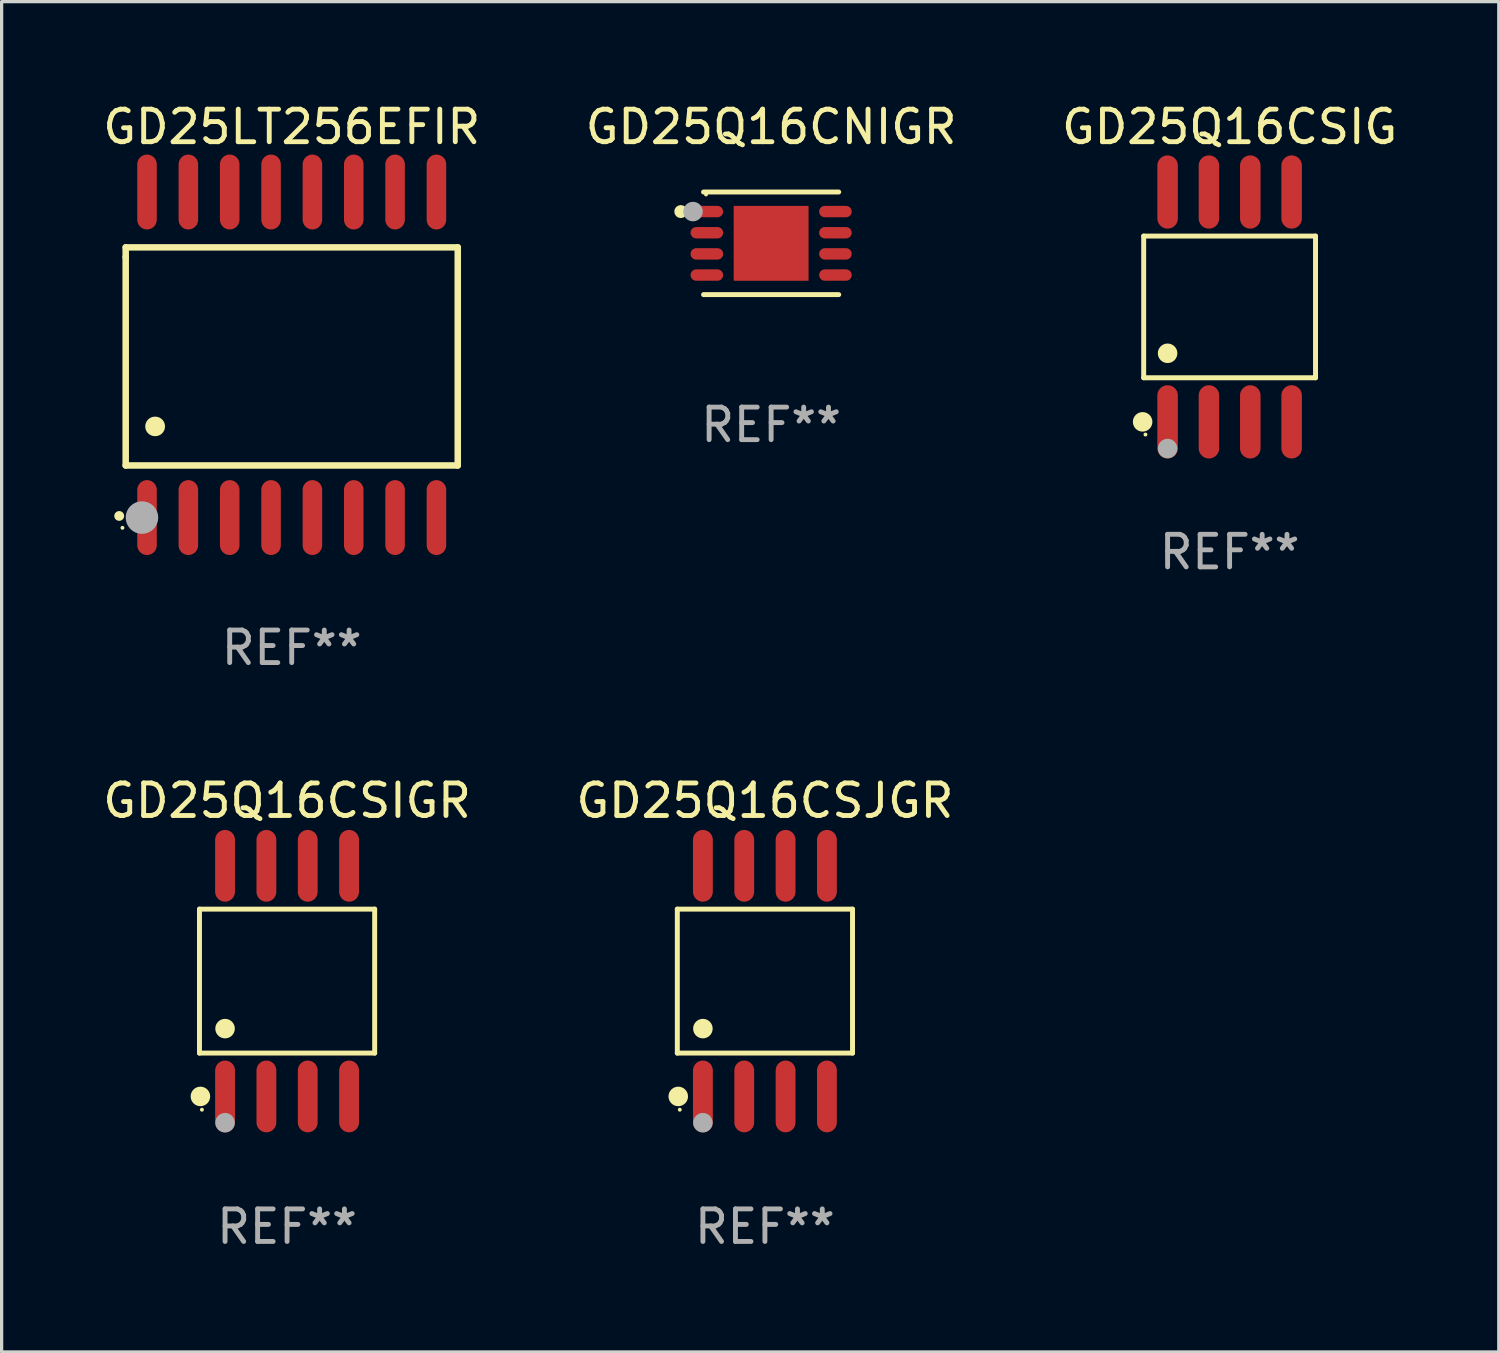
<source format=kicad_pcb>
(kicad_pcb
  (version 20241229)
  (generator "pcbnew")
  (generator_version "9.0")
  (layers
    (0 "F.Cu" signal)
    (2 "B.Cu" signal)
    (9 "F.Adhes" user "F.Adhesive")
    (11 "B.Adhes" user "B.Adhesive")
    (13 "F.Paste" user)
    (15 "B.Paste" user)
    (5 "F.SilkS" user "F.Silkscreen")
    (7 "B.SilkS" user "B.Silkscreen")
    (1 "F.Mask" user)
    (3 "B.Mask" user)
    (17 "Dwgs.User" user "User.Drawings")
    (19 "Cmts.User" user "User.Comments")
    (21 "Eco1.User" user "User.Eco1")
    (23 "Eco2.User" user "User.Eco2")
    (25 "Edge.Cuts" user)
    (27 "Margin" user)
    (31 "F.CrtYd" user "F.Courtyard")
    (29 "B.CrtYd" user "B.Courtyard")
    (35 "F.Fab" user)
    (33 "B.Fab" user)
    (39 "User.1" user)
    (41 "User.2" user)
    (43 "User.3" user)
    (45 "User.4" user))
  (footprint "GD25LT256EFIR"
    (layer "F.Cu")
    (at 5.911 7.848)
    (property "Reference" "GD25LT256EFIR" (at 0 -7 0) (layer "F.SilkS") (effects (font (size 1 1) (thickness 0.15))))
    (attr through_hole)
    (fp_line (start -5.1 -3.3) (end -5.1 -3) (stroke (width 0.2) (type solid)) (layer "F.SilkS"))
    (fp_line (start -5.1 -3) (end -5.1 3.4) (stroke (width 0.2) (type solid)) (layer "F.SilkS"))
    (fp_line (start -5.1 3.4) (end 5.1 3.4) (stroke (width 0.2) (type solid)) (layer "F.SilkS"))
    (fp_line (start 5.1 -3.3) (end -5.1 -3.3) (stroke (width 0.2) (type solid)) (layer "F.SilkS"))
    (fp_line (start 5.1 3.4) (end 5.1 -3.3) (stroke (width 0.2) (type solid)) (layer "F.SilkS"))
    (fp_arc (start -5.300991 4.950495) (mid -5.299721 4.95049) (end -5.298451 4.950495) (stroke (width 0.3) (type solid)) (layer "F.SilkS"))
    (fp_arc (start -4.2 2.200025) (mid -4.19619 2.200001) (end -4.19238 2.200025) (stroke (width 0.6) (type solid)) (layer "F.SilkS"))
    (fp_circle (center -5.2 5.315) (end -5.17 5.315) (stroke (width 0.06) (type solid)) (fill no) (layer "F.SilkS"))
    (fp_circle (center -4.6 5) (end -4.35 5) (stroke (width 0.5) (type solid)) (fill no) (layer "F.Fab"))
    (fp_text user "REF**" (at 0 9 0) (layer "F.Fab") (effects (font (size 1 1) (thickness 0.15))))
    (pad "1" smd oval (at -4.445 5 180) (size 0.6 2.3) (layers "F.Cu" "F.Mask" "F.Paste"))
    (pad "2" smd oval (at -3.175 5 180) (size 0.6 2.3) (layers "F.Cu" "F.Mask" "F.Paste"))
    (pad "3" smd oval (at -1.905 5 180) (size 0.6 2.3) (layers "F.Cu" "F.Mask" "F.Paste"))
    (pad "4" smd oval (at -0.635 5 180) (size 0.6 2.3) (layers "F.Cu" "F.Mask" "F.Paste"))
    (pad "5" smd oval (at 0.635 5 180) (size 0.6 2.3) (layers "F.Cu" "F.Mask" "F.Paste"))
    (pad "6" smd oval (at 1.905 5 180) (size 0.6 2.3) (layers "F.Cu" "F.Mask" "F.Paste"))
    (pad "7" smd oval (at 3.175 5 180) (size 0.6 2.3) (layers "F.Cu" "F.Mask" "F.Paste"))
    (pad "8" smd oval (at 4.445 5 180) (size 0.6 2.3) (layers "F.Cu" "F.Mask" "F.Paste"))
    (pad "9" smd oval (at 4.445 -5 180) (size 0.6 2.3) (layers "F.Cu" "F.Mask" "F.Paste"))
    (pad "10" smd oval (at 3.175 -5 180) (size 0.6 2.3) (layers "F.Cu" "F.Mask" "F.Paste"))
    (pad "11" smd oval (at 1.905 -5 180) (size 0.6 2.3) (layers "F.Cu" "F.Mask" "F.Paste"))
    (pad "12" smd oval (at 0.635 -5 180) (size 0.6 2.3) (layers "F.Cu" "F.Mask" "F.Paste"))
    (pad "13" smd oval (at -0.635 -5 180) (size 0.6 2.3) (layers "F.Cu" "F.Mask" "F.Paste"))
    (pad "14" smd oval (at -1.905 -5 180) (size 0.6 2.3) (layers "F.Cu" "F.Mask" "F.Paste"))
    (pad "15" smd oval (at -3.175 -5 180) (size 0.6 2.3) (layers "F.Cu" "F.Mask" "F.Paste"))
    (pad "16" smd oval (at -4.445 -5 180) (size 0.6 2.3) (layers "F.Cu" "F.Mask" "F.Paste")))
  (footprint "GD25Q16CSIG"
    (layer "F.Cu")
    (at 34.72 6.378)
    (property "Reference" "GD25Q16CSIG" (at 0 -5.53 0) (layer "F.SilkS") (effects (font (size 1 1) (thickness 0.15))))
    (attr through_hole)
    (fp_line (start -2.639 -2.176) (end 2.639 -2.176) (stroke (width 0.152) (type solid)) (layer "F.SilkS"))
    (fp_line (start -2.639 2.176) (end -2.639 -2.176) (stroke (width 0.152) (type solid)) (layer "F.SilkS"))
    (fp_line (start 2.639 -2.176) (end 2.639 2.176) (stroke (width 0.152) (type solid)) (layer "F.SilkS"))
    (fp_line (start 2.639 2.176) (end -2.639 2.176) (stroke (width 0.152) (type solid)) (layer "F.SilkS"))
    (fp_circle (center -2.672 3.53) (end -2.522 3.53) (stroke (width 0.3) (type solid)) (fill no) (layer "F.SilkS"))
    (fp_circle (center -2.585 3.92) (end -2.555 3.92) (stroke (width 0.06) (type solid)) (fill no) (layer "F.SilkS"))
    (fp_circle (center -1.905 1.424) (end -1.755 1.424) (stroke (width 0.3) (type solid)) (fill no) (layer "F.SilkS"))
    (fp_circle (center -1.905 4.35) (end -1.755 4.35) (stroke (width 0.3) (type solid)) (fill no) (layer "F.Fab"))
    (fp_text user "REF**" (at 0 7.53 0) (layer "F.Fab") (effects (font (size 1 1) (thickness 0.15))))
    (pad "1" smd oval (at -1.905 3.53) (size 0.63 2.25) (layers "F.Cu" "F.Mask" "F.Paste"))
    (pad "2" smd oval (at -0.635 3.53) (size 0.63 2.25) (layers "F.Cu" "F.Mask" "F.Paste"))
    (pad "3" smd oval (at 0.635 3.53) (size 0.63 2.25) (layers "F.Cu" "F.Mask" "F.Paste"))
    (pad "4" smd oval (at 1.905 3.53) (size 0.63 2.25) (layers "F.Cu" "F.Mask" "F.Paste"))
    (pad "5" smd oval (at 1.905 -3.53) (size 0.63 2.25) (layers "F.Cu" "F.Mask" "F.Paste"))
    (pad "6" smd oval (at 0.635 -3.53) (size 0.63 2.25) (layers "F.Cu" "F.Mask" "F.Paste"))
    (pad "7" smd oval (at -0.635 -3.53) (size 0.63 2.25) (layers "F.Cu" "F.Mask" "F.Paste"))
    (pad "8" smd oval (at -1.905 -3.53) (size 0.63 2.25) (layers "F.Cu" "F.Mask" "F.Paste")))
  (footprint "GD25Q16CNIGR"
    (layer "F.Cu")
    (at 20.637 4.424)
    (property "Reference" "GD25Q16CNIGR" (at 0 -3.576 0) (layer "F.SilkS") (effects (font (size 1 1) (thickness 0.15))))
    (attr through_hole)
    (fp_line (start -2.076 -1.576) (end 2.076 -1.576) (stroke (width 0.152) (type solid)) (layer "F.SilkS"))
    (fp_line (start 2.076 1.576) (end -2.076 1.576) (stroke (width 0.152) (type solid)) (layer "F.SilkS"))
    (fp_circle (center -2.775 -0.975) (end -2.675 -0.975) (stroke (width 0.2) (type solid)) (fill no) (layer "F.SilkS"))
    (fp_circle (center -2 -1.5) (end -1.97 -1.5) (stroke (width 0.06) (type solid)) (fill no) (layer "F.SilkS"))
    (fp_circle (center -2.4 -0.975) (end -2.25 -0.975) (stroke (width 0.3) (type solid)) (fill no) (layer "F.Fab"))
    (fp_text user "REF**" (at 0 5.576 0) (layer "F.Fab") (effects (font (size 1 1) (thickness 0.15))))
    (pad "1" smd oval (at -1.975 -0.975 270) (size 0.35 1) (layers "F.Cu" "F.Mask" "F.Paste"))
    (pad "2" smd oval (at -1.975 -0.325 270) (size 0.35 1) (layers "F.Cu" "F.Mask" "F.Paste"))
    (pad "3" smd oval (at -1.975 0.325 270) (size 0.35 1) (layers "F.Cu" "F.Mask" "F.Paste"))
    (pad "4" smd oval (at -1.975 0.975 270) (size 0.35 1) (layers "F.Cu" "F.Mask" "F.Paste"))
    (pad "5" smd oval (at 1.975 0.975 270) (size 0.35 1) (layers "F.Cu" "F.Mask" "F.Paste"))
    (pad "6" smd oval (at 1.975 0.325 270) (size 0.35 1) (layers "F.Cu" "F.Mask" "F.Paste"))
    (pad "7" smd oval (at 1.975 -0.325 270) (size 0.35 1) (layers "F.Cu" "F.Mask" "F.Paste"))
    (pad "8" smd oval (at 1.975 -0.975 270) (size 0.35 1) (layers "F.Cu" "F.Mask" "F.Paste"))
    (pad "9" smd rect (at 0 0) (size 2.3 2.3) (layers "F.Cu" "F.Mask" "F.Paste")))
  (footprint "GD25Q16CSJGR"
    (layer "F.Cu")
    (at 20.446 27.087)
    (property "Reference" "GD25Q16CSJGR" (at 0 -5.542 0) (layer "F.SilkS") (effects (font (size 1 1) (thickness 0.15))))
    (attr through_hole)
    (fp_line (start -2.691 -2.211) (end 2.691 -2.211) (stroke (width 0.152) (type solid)) (layer "F.SilkS"))
    (fp_line (start -2.691 2.211) (end -2.691 -2.211) (stroke (width 0.152) (type solid)) (layer "F.SilkS"))
    (fp_line (start 2.691 -2.211) (end 2.691 2.211) (stroke (width 0.152) (type solid)) (layer "F.SilkS"))
    (fp_line (start 2.691 2.211) (end -2.691 2.211) (stroke (width 0.152) (type solid)) (layer "F.SilkS"))
    (fp_circle (center -2.662 3.542) (end -2.512 3.542) (stroke (width 0.3) (type solid)) (fill no) (layer "F.SilkS"))
    (fp_circle (center -2.615 3.95) (end -2.585 3.95) (stroke (width 0.06) (type solid)) (fill no) (layer "F.SilkS"))
    (fp_circle (center -1.905 1.459) (end -1.755 1.459) (stroke (width 0.3) (type solid)) (fill no) (layer "F.SilkS"))
    (fp_circle (center -1.905 4.35) (end -1.755 4.35) (stroke (width 0.3) (type solid)) (fill no) (layer "F.Fab"))
    (fp_text user "REF**" (at 0 7.542 0) (layer "F.Fab") (effects (font (size 1 1) (thickness 0.15))))
    (pad "1" smd oval (at -1.905 3.542) (size 0.609 2.204) (layers "F.Cu" "F.Mask" "F.Paste"))
    (pad "2" smd oval (at -0.635 3.542) (size 0.609 2.204) (layers "F.Cu" "F.Mask" "F.Paste"))
    (pad "3" smd oval (at 0.635 3.542) (size 0.609 2.204) (layers "F.Cu" "F.Mask" "F.Paste"))
    (pad "4" smd oval (at 1.905 3.542) (size 0.609 2.204) (layers "F.Cu" "F.Mask" "F.Paste"))
    (pad "5" smd oval (at 1.905 -3.542) (size 0.609 2.204) (layers "F.Cu" "F.Mask" "F.Paste"))
    (pad "6" smd oval (at 0.635 -3.542) (size 0.609 2.204) (layers "F.Cu" "F.Mask" "F.Paste"))
    (pad "7" smd oval (at -0.635 -3.542) (size 0.609 2.204) (layers "F.Cu" "F.Mask" "F.Paste"))
    (pad "8" smd oval (at -1.905 -3.542) (size 0.609 2.204) (layers "F.Cu" "F.Mask" "F.Paste")))
  (footprint "GD25Q16CSIGR"
    (layer "F.Cu")
    (at 5.768 27.087)
    (property "Reference" "GD25Q16CSIGR" (at 0 -5.542 0) (layer "F.SilkS") (effects (font (size 1 1) (thickness 0.15))))
    (attr through_hole)
    (fp_line (start -2.691 -2.211) (end 2.691 -2.211) (stroke (width 0.152) (type solid)) (layer "F.SilkS"))
    (fp_line (start -2.691 2.211) (end -2.691 -2.211) (stroke (width 0.152) (type solid)) (layer "F.SilkS"))
    (fp_line (start 2.691 -2.211) (end 2.691 2.211) (stroke (width 0.152) (type solid)) (layer "F.SilkS"))
    (fp_line (start 2.691 2.211) (end -2.691 2.211) (stroke (width 0.152) (type solid)) (layer "F.SilkS"))
    (fp_circle (center -2.662 3.542) (end -2.512 3.542) (stroke (width 0.3) (type solid)) (fill no) (layer "F.SilkS"))
    (fp_circle (center -2.615 3.95) (end -2.585 3.95) (stroke (width 0.06) (type solid)) (fill no) (layer "F.SilkS"))
    (fp_circle (center -1.905 1.459) (end -1.755 1.459) (stroke (width 0.3) (type solid)) (fill no) (layer "F.SilkS"))
    (fp_circle (center -1.905 4.35) (end -1.755 4.35) (stroke (width 0.3) (type solid)) (fill no) (layer "F.Fab"))
    (fp_text user "REF**" (at 0 7.542 0) (layer "F.Fab") (effects (font (size 1 1) (thickness 0.15))))
    (pad "1" smd oval (at -1.905 3.542) (size 0.609 2.204) (layers "F.Cu" "F.Mask" "F.Paste"))
    (pad "2" smd oval (at -0.635 3.542) (size 0.609 2.204) (layers "F.Cu" "F.Mask" "F.Paste"))
    (pad "3" smd oval (at 0.635 3.542) (size 0.609 2.204) (layers "F.Cu" "F.Mask" "F.Paste"))
    (pad "4" smd oval (at 1.905 3.542) (size 0.609 2.204) (layers "F.Cu" "F.Mask" "F.Paste"))
    (pad "5" smd oval (at 1.905 -3.542) (size 0.609 2.204) (layers "F.Cu" "F.Mask" "F.Paste"))
    (pad "6" smd oval (at 0.635 -3.542) (size 0.609 2.204) (layers "F.Cu" "F.Mask" "F.Paste"))
    (pad "7" smd oval (at -0.635 -3.542) (size 0.609 2.204) (layers "F.Cu" "F.Mask" "F.Paste"))
    (pad "8" smd oval (at -1.905 -3.542) (size 0.609 2.204) (layers "F.Cu" "F.Mask" "F.Paste")))
  (gr_rect
    (start -3 -3)
    (end 42.988 38.478)
    (stroke (width 0.1) (type default))
    (fill no)
    (layer "Edge.Cuts")))
</source>
